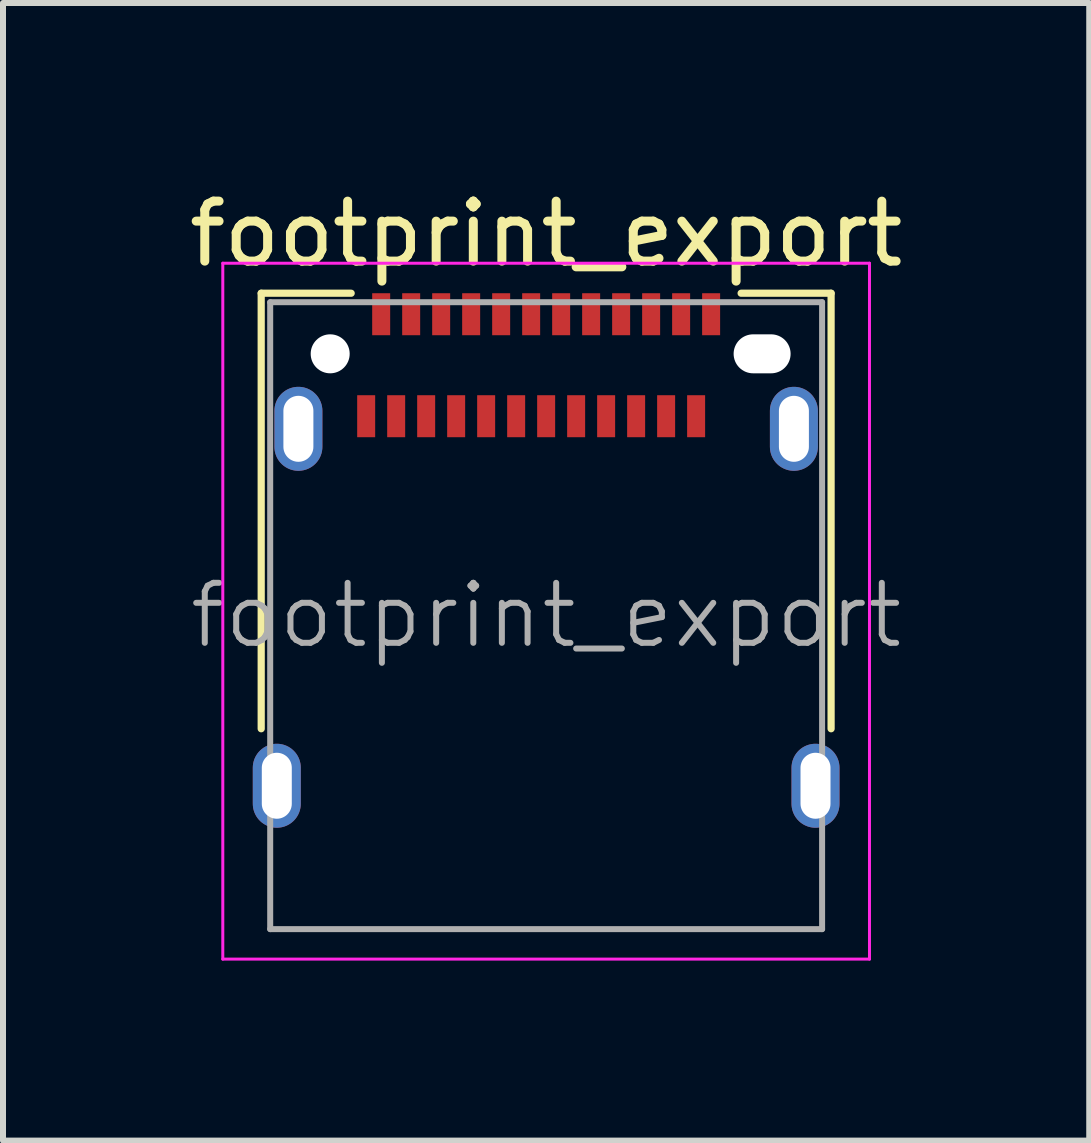
<source format=kicad_pcb>
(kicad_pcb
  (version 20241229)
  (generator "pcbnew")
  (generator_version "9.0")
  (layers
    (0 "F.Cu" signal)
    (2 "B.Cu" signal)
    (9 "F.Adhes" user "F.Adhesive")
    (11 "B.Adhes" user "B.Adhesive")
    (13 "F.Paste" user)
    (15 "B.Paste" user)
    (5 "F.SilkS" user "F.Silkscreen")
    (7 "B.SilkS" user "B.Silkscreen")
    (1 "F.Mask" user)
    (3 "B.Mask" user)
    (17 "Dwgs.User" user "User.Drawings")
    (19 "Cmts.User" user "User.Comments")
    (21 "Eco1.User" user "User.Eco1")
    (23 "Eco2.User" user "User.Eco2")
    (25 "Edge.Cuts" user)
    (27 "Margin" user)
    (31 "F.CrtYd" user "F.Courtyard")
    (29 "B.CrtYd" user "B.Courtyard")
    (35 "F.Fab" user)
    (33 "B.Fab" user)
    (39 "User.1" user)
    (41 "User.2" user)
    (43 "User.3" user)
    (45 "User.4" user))
  (footprint "footprint_export"
    (layer "F.Cu")
    (at 6.054 7.208)
    (property "Reference" "footprint_export" (at 0 -6.36 0) (layer "F.SilkS") (effects (font (size 1 1) (thickness 0.15))))
    (attr smd)
    (fp_line (start -4.75 -5.37) (end -4.75 1.89) (stroke (width 0.12) (type solid)) (layer "F.SilkS"))
    (fp_line (start -4.75 -5.37) (end -3.25 -5.37) (stroke (width 0.12) (type solid)) (layer "F.SilkS"))
    (fp_line (start 3.25 -5.37) (end 4.75 -5.37) (stroke (width 0.12) (type solid)) (layer "F.SilkS"))
    (fp_line (start 4.75 -5.37) (end 4.75 1.89) (stroke (width 0.12) (type solid)) (layer "F.SilkS"))
    (fp_line (start -5.39 -5.87) (end 5.39 -5.87) (stroke (width 0.05) (type solid)) (layer "F.CrtYd"))
    (fp_line (start -5.39 5.73) (end -5.39 -5.87) (stroke (width 0.05) (type solid)) (layer "F.CrtYd"))
    (fp_line (start 5.39 -5.87) (end 5.39 5.73) (stroke (width 0.05) (type solid)) (layer "F.CrtYd"))
    (fp_line (start 5.39 5.73) (end -5.39 5.73) (stroke (width 0.05) (type solid)) (layer "F.CrtYd"))
    (fp_line (start -4.6 -5.22) (end 4.6 -5.22) (stroke (width 0.1) (type solid)) (layer "F.Fab"))
    (fp_line (start -4.6 5.23) (end -4.6 -5.22) (stroke (width 0.1) (type solid)) (layer "F.Fab"))
    (fp_line (start -4.6 5.23) (end 4.6 5.23) (stroke (width 0.1) (type solid)) (layer "F.Fab"))
    (fp_line (start 4.6 5.23) (end 4.6 -5.22) (stroke (width 0.1) (type solid)) (layer "F.Fab"))
    (fp_text user "${REFERENCE}" (at 0 0 0) (layer "F.Fab") (effects (font (size 1 1) (thickness 0.1))))
    (pad "" np_thru_hole circle (at -3.6 -4.36) (size 0.65 0.65) (drill 0.65) (layers "*.Cu" "*.Mask"))
    (pad "" np_thru_hole oval (at 3.6 -4.36) (size 0.95 0.65) (drill oval 0.95 0.65) (layers "*.Cu" "*.Mask"))
    (pad "A1" smd rect (at -2.75 -5.02) (size 0.3 0.7) (layers "F.Cu" "F.Mask" "F.Paste"))
    (pad "A2" smd rect (at -2.25 -5.02) (size 0.3 0.7) (layers "F.Cu" "F.Mask" "F.Paste"))
    (pad "A3" smd rect (at -1.75 -5.02) (size 0.3 0.7) (layers "F.Cu" "F.Mask" "F.Paste"))
    (pad "A4" smd rect (at -1.25 -5.02) (size 0.3 0.7) (layers "F.Cu" "F.Mask" "F.Paste"))
    (pad "A5" smd rect (at -0.75 -5.02) (size 0.3 0.7) (layers "F.Cu" "F.Mask" "F.Paste"))
    (pad "A6" smd rect (at -0.25 -5.02) (size 0.3 0.7) (layers "F.Cu" "F.Mask" "F.Paste"))
    (pad "A7" smd rect (at 0.25 -5.02) (size 0.3 0.7) (layers "F.Cu" "F.Mask" "F.Paste"))
    (pad "A8" smd rect (at 0.75 -5.02) (size 0.3 0.7) (layers "F.Cu" "F.Mask" "F.Paste"))
    (pad "A9" smd rect (at 1.25 -5.02) (size 0.3 0.7) (layers "F.Cu" "F.Mask" "F.Paste"))
    (pad "A10" smd rect (at 1.75 -5.02) (size 0.3 0.7) (layers "F.Cu" "F.Mask" "F.Paste"))
    (pad "A11" smd rect (at 2.25 -5.02) (size 0.3 0.7) (layers "F.Cu" "F.Mask" "F.Paste"))
    (pad "A12" smd rect (at 2.75 -5.02) (size 0.3 0.7) (layers "F.Cu" "F.Mask" "F.Paste"))
    (pad "B1" smd rect (at 2.5 -3.32) (size 0.3 0.7) (layers "F.Cu" "F.Mask" "F.Paste"))
    (pad "B2" smd rect (at 2 -3.32) (size 0.3 0.7) (layers "F.Cu" "F.Mask" "F.Paste"))
    (pad "B3" smd rect (at 1.5 -3.32) (size 0.3 0.7) (layers "F.Cu" "F.Mask" "F.Paste"))
    (pad "B4" smd rect (at 1 -3.32) (size 0.3 0.7) (layers "F.Cu" "F.Mask" "F.Paste"))
    (pad "B5" smd rect (at 0.5 -3.32) (size 0.3 0.7) (layers "F.Cu" "F.Mask" "F.Paste"))
    (pad "B6" smd rect (at 0 -3.32) (size 0.3 0.7) (layers "F.Cu" "F.Mask" "F.Paste"))
    (pad "B7" smd rect (at -0.5 -3.32) (size 0.3 0.7) (layers "F.Cu" "F.Mask" "F.Paste"))
    (pad "B8" smd rect (at -1 -3.32) (size 0.3 0.7) (layers "F.Cu" "F.Mask" "F.Paste"))
    (pad "B9" smd rect (at -1.5 -3.32) (size 0.3 0.7) (layers "F.Cu" "F.Mask" "F.Paste"))
    (pad "B10" smd rect (at -2 -3.32) (size 0.3 0.7) (layers "F.Cu" "F.Mask" "F.Paste"))
    (pad "B11" smd rect (at -2.5 -3.32) (size 0.3 0.7) (layers "F.Cu" "F.Mask" "F.Paste"))
    (pad "B12" smd rect (at -3 -3.32) (size 0.3 0.7) (layers "F.Cu" "F.Mask" "F.Paste"))
    (pad "S1" thru_hole oval (at -4.49 2.84) (size 0.8 1.4) (drill oval 0.5 1.1) (layers "*.Cu" "*.Mask"))
    (pad "S1" thru_hole oval (at -4.13 -3.11) (size 0.8 1.4) (drill oval 0.5 1.1) (layers "*.Cu" "*.Mask"))
    (pad "S1" thru_hole oval (at 4.13 -3.11) (size 0.8 1.4) (drill oval 0.5 1.1) (layers "*.Cu" "*.Mask"))
    (pad "S1" thru_hole oval (at 4.49 2.84) (size 0.8 1.4) (drill oval 0.5 1.1) (layers "*.Cu" "*.Mask")))
  (gr_rect
    (start -3 -3)
    (end 15.107 15.963)
    (stroke (width 0.1) (type default))
    (fill no)
    (layer "Edge.Cuts")))
</source>
